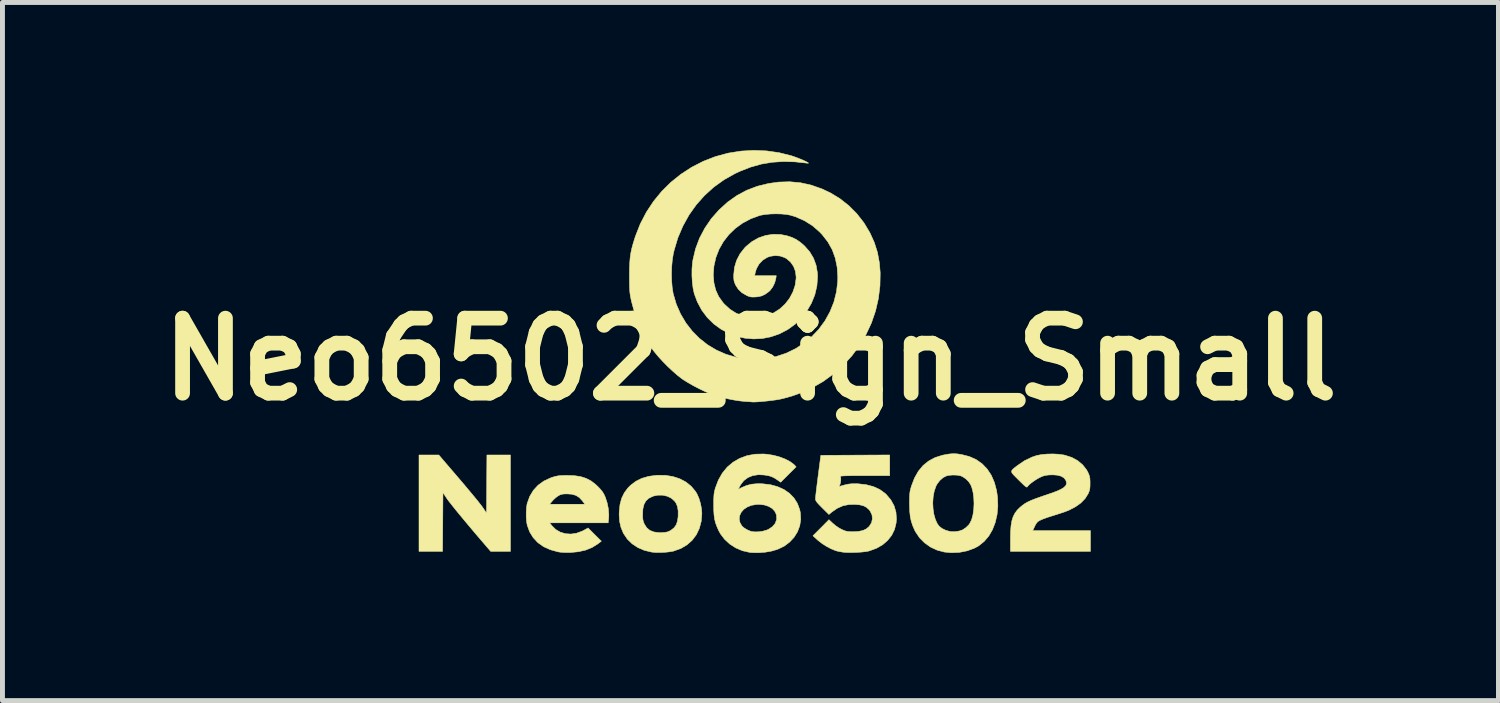
<source format=kicad_pcb>
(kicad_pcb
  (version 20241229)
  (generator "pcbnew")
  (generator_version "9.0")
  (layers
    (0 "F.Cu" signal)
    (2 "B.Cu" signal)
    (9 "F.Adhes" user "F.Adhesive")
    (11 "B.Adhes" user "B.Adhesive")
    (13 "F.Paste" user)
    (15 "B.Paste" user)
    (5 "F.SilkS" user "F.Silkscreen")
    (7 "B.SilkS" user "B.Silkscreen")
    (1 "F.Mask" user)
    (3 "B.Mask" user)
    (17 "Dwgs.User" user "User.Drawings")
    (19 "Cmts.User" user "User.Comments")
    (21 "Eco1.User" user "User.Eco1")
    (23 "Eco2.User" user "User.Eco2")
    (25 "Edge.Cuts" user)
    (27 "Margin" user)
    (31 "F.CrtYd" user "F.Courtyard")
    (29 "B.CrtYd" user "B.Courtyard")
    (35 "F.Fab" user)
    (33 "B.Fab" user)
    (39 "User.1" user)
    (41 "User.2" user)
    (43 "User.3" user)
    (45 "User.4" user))
  (footprint "Neo6502_Sign_Small"
    (layer "F.Cu")
    (at 12.199 4.25)
    (property "Reference" "Neo6502_Sign_Small" (at 0 0 0) (layer "F.SilkS") (effects (font (size 1.524 1.524) (thickness 0.3))))
    (attr through_hole)
    (fp_poly (pts (xy -5.928 2.418) (xy -5.838 2.523) (xy -5.752 2.626) (xy -5.671 2.723) (xy -5.598 2.811) (xy -5.535 2.888) (xy -5.486 2.951) (xy -5.452 2.995) (xy -5.443 3.008) (xy -5.363 3.125) (xy -5.359 2.535) (xy -5.355 1.945) (xy -4.877 1.945) (xy -4.877 3.904) (xy -5.278 3.904) (xy -5.343 3.828) (xy -5.465 3.686) (xy -5.583 3.548) (xy -5.695 3.415) (xy -5.8 3.29) (xy -5.895 3.175) (xy -5.98 3.072) (xy -6.051 2.983) (xy -6.109 2.91) (xy -6.15 2.856) (xy -6.167 2.832) (xy -6.248 2.71) (xy -6.252 3.307) (xy -6.256 3.904) (xy -6.735 3.904) (xy -6.735 1.945) (xy -6.333 1.945) (xy -5.928 2.418)) (stroke (width 0.01) (type solid)) (fill yes) (layer "F.SilkS"))
    (fp_poly (pts (xy -3.581 2.365) (xy -3.453 2.384) (xy -3.342 2.419) (xy -3.241 2.471) (xy -3.146 2.544) (xy -3.098 2.589) (xy -3.042 2.649) (xy -3.002 2.7) (xy -2.971 2.754) (xy -2.95 2.801) (xy -2.912 2.917) (xy -2.887 3.04) (xy -2.878 3.16) (xy -2.881 3.232) (xy -2.891 3.324) (xy -4.081 3.324) (xy -4.034 3.383) (xy -3.956 3.46) (xy -3.862 3.514) (xy -3.758 3.545) (xy -3.646 3.552) (xy -3.531 3.534) (xy -3.417 3.492) (xy -3.388 3.477) (xy -3.299 3.428) (xy -3.165 3.563) (xy -3.03 3.697) (xy -3.099 3.75) (xy -3.215 3.823) (xy -3.346 3.877) (xy -3.495 3.911) (xy -3.662 3.927) (xy -3.765 3.927) (xy -3.859 3.921) (xy -3.912 3.913) (xy -4.067 3.87) (xy -4.204 3.808) (xy -4.32 3.726) (xy -4.414 3.625) (xy -4.487 3.507) (xy -4.536 3.372) (xy -4.549 3.297) (xy -4.556 3.205) (xy -4.556 3.107) (xy -4.55 3.013) (xy -4.54 2.946) (xy -4.08 2.946) (xy -3.365 2.946) (xy -3.415 2.877) (xy -3.477 2.81) (xy -3.547 2.766) (xy -3.632 2.742) (xy -3.723 2.736) (xy -3.786 2.737) (xy -3.831 2.743) (xy -3.868 2.755) (xy -3.906 2.775) (xy -3.954 2.81) (xy -4.004 2.856) (xy -4.026 2.88) (xy -4.08 2.946) (xy -4.54 2.946) (xy -4.538 2.936) (xy -4.536 2.928) (xy -4.485 2.787) (xy -4.412 2.665) (xy -4.317 2.561) (xy -4.2 2.476) (xy -4.063 2.412) (xy -4.028 2.399) (xy -3.971 2.382) (xy -3.92 2.371) (xy -3.864 2.364) (xy -3.796 2.361) (xy -3.73 2.36) (xy -3.581 2.365)) (stroke (width 0.01) (type solid)) (fill yes) (layer "F.SilkS"))
    (fp_poly (pts (xy -1.725 2.359) (xy -1.573 2.384) (xy -1.433 2.43) (xy -1.309 2.496) (xy -1.203 2.582) (xy -1.117 2.685) (xy -1.085 2.738) (xy -1.046 2.827) (xy -1.015 2.93) (xy -0.995 3.037) (xy -0.987 3.134) (xy -1 3.292) (xy -1.038 3.436) (xy -1.099 3.565) (xy -1.183 3.677) (xy -1.288 3.77) (xy -1.412 3.844) (xy -1.556 3.896) (xy -1.56 3.898) (xy -1.637 3.912) (xy -1.732 3.922) (xy -1.833 3.927) (xy -1.93 3.926) (xy -2.01 3.918) (xy -2.156 3.883) (xy -2.289 3.826) (xy -2.405 3.749) (xy -2.502 3.654) (xy -2.577 3.543) (xy -2.587 3.524) (xy -2.633 3.41) (xy -2.659 3.293) (xy -2.668 3.163) (xy -2.667 3.142) (xy -2.191 3.142) (xy -2.19 3.214) (xy -2.184 3.266) (xy -2.172 3.31) (xy -2.157 3.347) (xy -2.109 3.422) (xy -2.046 3.476) (xy -1.964 3.509) (xy -1.862 3.523) (xy -1.804 3.523) (xy -1.739 3.518) (xy -1.693 3.51) (xy -1.654 3.496) (xy -1.616 3.475) (xy -1.553 3.426) (xy -1.51 3.367) (xy -1.483 3.291) (xy -1.469 3.195) (xy -1.469 3.183) (xy -1.469 3.078) (xy -1.483 2.994) (xy -1.511 2.925) (xy -1.541 2.882) (xy -1.608 2.823) (xy -1.691 2.783) (xy -1.785 2.762) (xy -1.882 2.762) (xy -1.978 2.782) (xy -2.066 2.825) (xy -2.066 2.825) (xy -2.123 2.877) (xy -2.162 2.947) (xy -2.185 3.037) (xy -2.191 3.142) (xy -2.667 3.142) (xy -2.666 3.092) (xy -2.65 2.947) (xy -2.616 2.822) (xy -2.562 2.712) (xy -2.487 2.612) (xy -2.431 2.557) (xy -2.326 2.478) (xy -2.206 2.419) (xy -2.068 2.379) (xy -1.909 2.358) (xy -1.887 2.357) (xy -1.725 2.359)) (stroke (width 0.01) (type solid)) (fill yes) (layer "F.SilkS"))
    (fp_poly (pts (xy 4.203 1.923) (xy 4.276 1.934) (xy 4.289 1.936) (xy 4.446 1.976) (xy 4.585 2.038) (xy 4.707 2.123) (xy 4.81 2.23) (xy 4.894 2.357) (xy 4.958 2.505) (xy 5.002 2.671) (xy 5.021 2.806) (xy 5.027 2.987) (xy 5.011 3.159) (xy 4.974 3.318) (xy 4.918 3.463) (xy 4.843 3.592) (xy 4.75 3.701) (xy 4.64 3.79) (xy 4.557 3.836) (xy 4.408 3.892) (xy 4.246 3.924) (xy 4.079 3.931) (xy 3.936 3.917) (xy 3.793 3.879) (xy 3.66 3.817) (xy 3.54 3.732) (xy 3.437 3.629) (xy 3.356 3.509) (xy 3.337 3.473) (xy 3.296 3.379) (xy 3.267 3.289) (xy 3.247 3.194) (xy 3.236 3.087) (xy 3.232 2.961) (xy 3.232 2.932) (xy 3.232 2.916) (xy 3.705 2.916) (xy 3.711 3.037) (xy 3.728 3.152) (xy 3.758 3.256) (xy 3.798 3.343) (xy 3.836 3.394) (xy 3.892 3.438) (xy 3.965 3.474) (xy 4.044 3.497) (xy 4.048 3.497) (xy 4.09 3.503) (xy 4.128 3.504) (xy 4.171 3.501) (xy 4.232 3.492) (xy 4.24 3.491) (xy 4.307 3.469) (xy 4.374 3.425) (xy 4.434 3.368) (xy 4.456 3.338) (xy 4.494 3.261) (xy 4.521 3.164) (xy 4.537 3.053) (xy 4.543 2.935) (xy 4.538 2.816) (xy 4.523 2.702) (xy 4.497 2.602) (xy 4.472 2.543) (xy 4.429 2.481) (xy 4.37 2.425) (xy 4.304 2.382) (xy 4.269 2.368) (xy 4.2 2.355) (xy 4.117 2.352) (xy 4.037 2.358) (xy 3.989 2.368) (xy 3.917 2.403) (xy 3.85 2.461) (xy 3.793 2.535) (xy 3.768 2.583) (xy 3.734 2.683) (xy 3.713 2.797) (xy 3.705 2.916) (xy 3.232 2.916) (xy 3.232 2.842) (xy 3.234 2.774) (xy 3.238 2.721) (xy 3.245 2.674) (xy 3.257 2.627) (xy 3.271 2.577) (xy 3.333 2.415) (xy 3.411 2.276) (xy 3.506 2.161) (xy 3.62 2.068) (xy 3.751 1.998) (xy 3.902 1.95) (xy 4.017 1.928) (xy 4.086 1.921) (xy 4.144 1.919) (xy 4.203 1.923)) (stroke (width 0.01) (type solid)) (fill yes) (layer "F.SilkS"))
    (fp_poly (pts (xy 6.262 1.93) (xy 6.368 1.945) (xy 6.394 1.951) (xy 6.532 1.996) (xy 6.652 2.062) (xy 6.752 2.147) (xy 6.831 2.248) (xy 6.855 2.292) (xy 6.877 2.341) (xy 6.891 2.382) (xy 6.898 2.426) (xy 6.901 2.484) (xy 6.901 2.517) (xy 6.9 2.586) (xy 6.895 2.637) (xy 6.884 2.68) (xy 6.865 2.726) (xy 6.862 2.733) (xy 6.801 2.83) (xy 6.714 2.92) (xy 6.603 2.999) (xy 6.47 3.068) (xy 6.379 3.103) (xy 6.331 3.119) (xy 6.264 3.141) (xy 6.187 3.165) (xy 6.108 3.19) (xy 6.102 3.192) (xy 6.028 3.216) (xy 5.959 3.241) (xy 5.903 3.264) (xy 5.867 3.282) (xy 5.863 3.284) (xy 5.835 3.305) (xy 5.813 3.329) (xy 5.792 3.363) (xy 5.767 3.414) (xy 5.757 3.436) (xy 5.735 3.483) (xy 6.909 3.483) (xy 6.909 3.904) (xy 5.283 3.904) (xy 5.283 3.646) (xy 5.286 3.502) (xy 5.295 3.383) (xy 5.312 3.283) (xy 5.338 3.2) (xy 5.374 3.129) (xy 5.421 3.065) (xy 5.476 3.011) (xy 5.525 2.97) (xy 5.575 2.934) (xy 5.632 2.901) (xy 5.701 2.869) (xy 5.784 2.836) (xy 5.888 2.799) (xy 5.992 2.763) (xy 6.122 2.719) (xy 6.226 2.68) (xy 6.306 2.644) (xy 6.363 2.61) (xy 6.4 2.576) (xy 6.419 2.542) (xy 6.422 2.505) (xy 6.41 2.464) (xy 6.41 2.462) (xy 6.373 2.412) (xy 6.313 2.376) (xy 6.231 2.355) (xy 6.149 2.349) (xy 6.064 2.351) (xy 5.999 2.359) (xy 5.94 2.375) (xy 5.879 2.402) (xy 5.872 2.406) (xy 5.815 2.438) (xy 5.756 2.477) (xy 5.701 2.517) (xy 5.657 2.555) (xy 5.631 2.585) (xy 5.629 2.588) (xy 5.622 2.597) (xy 5.611 2.598) (xy 5.594 2.588) (xy 5.566 2.566) (xy 5.526 2.528) (xy 5.47 2.473) (xy 5.449 2.452) (xy 5.385 2.388) (xy 5.34 2.342) (xy 5.313 2.307) (xy 5.305 2.28) (xy 5.314 2.255) (xy 5.339 2.228) (xy 5.382 2.193) (xy 5.421 2.163) (xy 5.568 2.062) (xy 5.723 1.988) (xy 5.813 1.957) (xy 5.909 1.938) (xy 6.022 1.927) (xy 6.144 1.924) (xy 6.262 1.93)) (stroke (width 0.01) (type solid)) (fill yes) (layer "F.SilkS"))
    (fp_poly (pts (xy 2.83 2.366) (xy 2.321 2.366) (xy 2.183 2.366) (xy 2.073 2.366) (xy 1.986 2.367) (xy 1.921 2.369) (xy 1.875 2.371) (xy 1.845 2.374) (xy 1.83 2.378) (xy 1.826 2.383) (xy 1.827 2.385) (xy 1.835 2.412) (xy 1.836 2.455) (xy 1.83 2.504) (xy 1.819 2.546) (xy 1.809 2.568) (xy 1.801 2.582) (xy 1.815 2.581) (xy 1.829 2.578) (xy 1.922 2.552) (xy 2 2.536) (xy 2.073 2.529) (xy 2.155 2.529) (xy 2.184 2.53) (xy 2.352 2.549) (xy 2.5 2.588) (xy 2.628 2.647) (xy 2.738 2.727) (xy 2.761 2.749) (xy 2.853 2.858) (xy 2.919 2.978) (xy 2.957 3.107) (xy 2.967 3.245) (xy 2.96 3.329) (xy 2.928 3.459) (xy 2.87 3.577) (xy 2.788 3.681) (xy 2.685 3.77) (xy 2.561 3.841) (xy 2.418 3.893) (xy 2.402 3.898) (xy 2.341 3.909) (xy 2.259 3.918) (xy 2.165 3.924) (xy 2.069 3.927) (xy 1.977 3.927) (xy 1.899 3.922) (xy 1.866 3.918) (xy 1.808 3.908) (xy 1.754 3.896) (xy 1.728 3.888) (xy 1.644 3.854) (xy 1.552 3.806) (xy 1.46 3.748) (xy 1.381 3.687) (xy 1.364 3.673) (xy 1.27 3.587) (xy 1.433 3.424) (xy 1.595 3.26) (xy 1.676 3.336) (xy 1.735 3.385) (xy 1.805 3.432) (xy 1.854 3.458) (xy 1.906 3.481) (xy 1.951 3.495) (xy 1.998 3.502) (xy 2.06 3.504) (xy 2.083 3.505) (xy 2.193 3.499) (xy 2.281 3.481) (xy 2.352 3.449) (xy 2.408 3.402) (xy 2.416 3.393) (xy 2.461 3.321) (xy 2.478 3.243) (xy 2.47 3.163) (xy 2.434 3.088) (xy 2.404 3.05) (xy 2.354 3.007) (xy 2.297 2.978) (xy 2.224 2.959) (xy 2.141 2.951) (xy 2.003 2.952) (xy 1.879 2.977) (xy 1.764 3.028) (xy 1.657 3.102) (xy 1.594 3.154) (xy 1.457 3.018) (xy 1.401 2.961) (xy 1.363 2.92) (xy 1.339 2.889) (xy 1.326 2.865) (xy 1.322 2.843) (xy 1.321 2.831) (xy 1.323 2.803) (xy 1.329 2.751) (xy 1.337 2.679) (xy 1.348 2.59) (xy 1.36 2.49) (xy 1.374 2.382) (xy 1.376 2.366) (xy 1.43 1.952) (xy 2.83 1.945) (xy 2.83 2.366)) (stroke (width 0.01) (type solid)) (fill yes) (layer "F.SilkS"))
    (fp_poly (pts (xy 0.343 1.931) (xy 0.471 1.952) (xy 0.595 1.986) (xy 0.708 2.029) (xy 0.805 2.08) (xy 0.881 2.136) (xy 0.896 2.151) (xy 0.928 2.186) (xy 0.771 2.342) (xy 0.614 2.499) (xy 0.543 2.449) (xy 0.482 2.41) (xy 0.427 2.384) (xy 0.366 2.366) (xy 0.287 2.353) (xy 0.286 2.352) (xy 0.16 2.346) (xy 0.046 2.364) (xy -0.053 2.405) (xy -0.136 2.467) (xy -0.2 2.551) (xy -0.212 2.572) (xy -0.248 2.643) (xy -0.177 2.607) (xy -0.079 2.565) (xy 0.022 2.539) (xy 0.134 2.529) (xy 0.239 2.53) (xy 0.402 2.548) (xy 0.55 2.588) (xy 0.681 2.647) (xy 0.793 2.725) (xy 0.885 2.82) (xy 0.955 2.931) (xy 1.001 3.056) (xy 1.015 3.121) (xy 1.022 3.254) (xy 1.002 3.384) (xy 0.956 3.506) (xy 0.887 3.617) (xy 0.796 3.715) (xy 0.686 3.798) (xy 0.557 3.86) (xy 0.555 3.861) (xy 0.438 3.896) (xy 0.305 3.92) (xy 0.166 3.931) (xy 0.033 3.929) (xy -0.022 3.923) (xy -0.163 3.891) (xy -0.297 3.834) (xy -0.419 3.756) (xy -0.524 3.66) (xy -0.609 3.548) (xy -0.646 3.481) (xy -0.683 3.396) (xy -0.711 3.32) (xy -0.728 3.248) (xy -0.228 3.248) (xy -0.212 3.321) (xy -0.173 3.388) (xy -0.133 3.424) (xy -0.075 3.461) (xy -0.009 3.49) (xy 0.022 3.5) (xy 0.089 3.508) (xy 0.17 3.506) (xy 0.255 3.493) (xy 0.331 3.471) (xy 0.362 3.458) (xy 0.445 3.404) (xy 0.501 3.339) (xy 0.53 3.263) (xy 0.533 3.24) (xy 0.528 3.161) (xy 0.497 3.092) (xy 0.444 3.034) (xy 0.371 2.99) (xy 0.283 2.961) (xy 0.18 2.949) (xy 0.121 2.951) (xy 0.02 2.968) (xy -0.066 3.003) (xy -0.137 3.051) (xy -0.188 3.11) (xy -0.219 3.177) (xy -0.228 3.248) (xy -0.728 3.248) (xy -0.729 3.244) (xy -0.74 3.161) (xy -0.746 3.063) (xy -0.747 2.961) (xy -0.747 2.868) (xy -0.744 2.797) (xy -0.74 2.74) (xy -0.732 2.691) (xy -0.72 2.642) (xy -0.714 2.62) (xy -0.653 2.458) (xy -0.572 2.315) (xy -0.472 2.192) (xy -0.353 2.092) (xy -0.219 2.014) (xy -0.07 1.959) (xy 0.092 1.929) (xy 0.266 1.925) (xy 0.343 1.931)) (stroke (width 0.01) (type solid)) (fill yes) (layer "F.SilkS"))
    (fp_poly (pts (xy 0.327 -4.234) (xy 0.58 -4.198) (xy 0.823 -4.138) (xy 0.878 -4.12) (xy 0.943 -4.096) (xy 1.007 -4.071) (xy 1.067 -4.046) (xy 1.118 -4.023) (xy 1.156 -4.003) (xy 1.177 -3.989) (xy 1.178 -3.983) (xy 1.167 -3.983) (xy 0.91 -4.011) (xy 0.67 -4.018) (xy 0.442 -4.003) (xy 0.222 -3.966) (xy 0.007 -3.906) (xy -0.208 -3.822) (xy -0.312 -3.774) (xy -0.538 -3.647) (xy -0.745 -3.498) (xy -0.933 -3.328) (xy -1.101 -3.139) (xy -1.248 -2.932) (xy -1.372 -2.708) (xy -1.474 -2.47) (xy -1.55 -2.217) (xy -1.569 -2.134) (xy -1.588 -2.015) (xy -1.6 -1.88) (xy -1.604 -1.736) (xy -1.601 -1.593) (xy -1.59 -1.46) (xy -1.572 -1.345) (xy -1.569 -1.331) (xy -1.507 -1.119) (xy -1.42 -0.921) (xy -1.311 -0.737) (xy -1.182 -0.571) (xy -1.035 -0.423) (xy -0.871 -0.294) (xy -0.692 -0.187) (xy -0.5 -0.102) (xy -0.297 -0.042) (xy -0.085 -0.008) (xy 0.08 0) (xy 0.305 -0.014) (xy 0.521 -0.055) (xy 0.727 -0.123) (xy 0.922 -0.218) (xy 1.105 -0.34) (xy 1.237 -0.45) (xy 1.387 -0.607) (xy 1.514 -0.78) (xy 1.617 -0.967) (xy 1.696 -1.164) (xy 1.748 -1.37) (xy 1.773 -1.58) (xy 1.775 -1.669) (xy 1.762 -1.869) (xy 1.724 -2.055) (xy 1.662 -2.226) (xy 1.573 -2.384) (xy 1.459 -2.531) (xy 1.402 -2.591) (xy 1.256 -2.717) (xy 1.095 -2.817) (xy 0.918 -2.895) (xy 0.813 -2.927) (xy 0.731 -2.943) (xy 0.63 -2.952) (xy 0.519 -2.955) (xy 0.406 -2.952) (xy 0.3 -2.942) (xy 0.21 -2.927) (xy 0.187 -2.921) (xy 0.006 -2.855) (xy -0.159 -2.767) (xy -0.308 -2.659) (xy -0.438 -2.533) (xy -0.549 -2.391) (xy -0.637 -2.236) (xy -0.702 -2.069) (xy -0.742 -1.893) (xy -0.755 -1.717) (xy -0.742 -1.554) (xy -0.706 -1.407) (xy -0.645 -1.273) (xy -0.558 -1.152) (xy -0.53 -1.12) (xy -0.415 -1.015) (xy -0.292 -0.937) (xy -0.158 -0.885) (xy -0.012 -0.858) (xy 0.087 -0.854) (xy 0.178 -0.856) (xy 0.251 -0.864) (xy 0.315 -0.878) (xy 0.334 -0.884) (xy 0.471 -0.942) (xy 0.596 -1.022) (xy 0.704 -1.122) (xy 0.794 -1.237) (xy 0.862 -1.365) (xy 0.908 -1.501) (xy 0.928 -1.644) (xy 0.928 -1.676) (xy 0.914 -1.787) (xy 0.876 -1.888) (xy 0.815 -1.975) (xy 0.735 -2.044) (xy 0.694 -2.067) (xy 0.602 -2.098) (xy 0.501 -2.106) (xy 0.401 -2.092) (xy 0.34 -2.07) (xy 0.248 -2.012) (xy 0.174 -1.933) (xy 0.121 -1.838) (xy 0.096 -1.753) (xy 0.086 -1.698) (xy 0.305 -1.698) (xy 0.525 -1.698) (xy 0.515 -1.636) (xy 0.492 -1.55) (xy 0.451 -1.467) (xy 0.399 -1.398) (xy 0.373 -1.374) (xy 0.301 -1.322) (xy 0.234 -1.289) (xy 0.161 -1.271) (xy 0.107 -1.266) (xy 0.045 -1.264) (xy -0.001 -1.268) (xy -0.045 -1.282) (xy -0.075 -1.295) (xy -0.173 -1.352) (xy -0.247 -1.423) (xy -0.301 -1.507) (xy -0.321 -1.554) (xy -0.334 -1.596) (xy -0.339 -1.644) (xy -0.34 -1.709) (xy -0.34 -1.713) (xy -0.325 -1.864) (xy -0.282 -2.008) (xy -0.213 -2.141) (xy -0.116 -2.265) (xy -0.088 -2.293) (xy 0.032 -2.392) (xy 0.166 -2.467) (xy 0.309 -2.516) (xy 0.459 -2.539) (xy 0.612 -2.535) (xy 0.74 -2.51) (xy 0.844 -2.476) (xy 0.932 -2.433) (xy 1.016 -2.375) (xy 1.098 -2.304) (xy 1.202 -2.186) (xy 1.281 -2.055) (xy 1.334 -1.91) (xy 1.361 -1.754) (xy 1.364 -1.672) (xy 1.35 -1.488) (xy 1.308 -1.309) (xy 1.238 -1.137) (xy 1.142 -0.973) (xy 1.043 -0.845) (xy 0.909 -0.713) (xy 0.756 -0.603) (xy 0.587 -0.515) (xy 0.412 -0.455) (xy 0.242 -0.422) (xy 0.065 -0.413) (xy -0.11 -0.428) (xy -0.235 -0.454) (xy -0.422 -0.519) (xy -0.592 -0.607) (xy -0.744 -0.717) (xy -0.877 -0.848) (xy -0.989 -0.997) (xy -1.079 -1.165) (xy -1.141 -1.331) (xy -1.165 -1.438) (xy -1.181 -1.563) (xy -1.189 -1.699) (xy -1.188 -1.835) (xy -1.177 -1.964) (xy -1.169 -2.017) (xy -1.116 -2.243) (xy -1.035 -2.459) (xy -0.927 -2.664) (xy -0.795 -2.857) (xy -0.639 -3.034) (xy -0.463 -3.194) (xy -0.275 -3.327) (xy -0.075 -3.434) (xy 0.138 -3.515) (xy 0.365 -3.571) (xy 0.571 -3.6) (xy 0.796 -3.607) (xy 1.016 -3.587) (xy 1.234 -3.539) (xy 1.45 -3.463) (xy 1.625 -3.381) (xy 1.819 -3.263) (xy 1.998 -3.122) (xy 2.159 -2.961) (xy 2.299 -2.782) (xy 2.313 -2.762) (xy 2.429 -2.568) (xy 2.517 -2.373) (xy 2.581 -2.172) (xy 2.62 -1.96) (xy 2.637 -1.756) (xy 2.632 -1.493) (xy 2.6 -1.234) (xy 2.542 -0.981) (xy 2.458 -0.737) (xy 2.349 -0.503) (xy 2.217 -0.281) (xy 2.064 -0.073) (xy 1.889 0.119) (xy 1.694 0.294) (xy 1.481 0.449) (xy 1.251 0.582) (xy 1.202 0.606) (xy 1.031 0.681) (xy 0.849 0.746) (xy 0.669 0.796) (xy 0.6 0.812) (xy 0.538 0.823) (xy 0.459 0.834) (xy 0.372 0.845) (xy 0.283 0.854) (xy 0.198 0.862) (xy 0.125 0.867) (xy 0.071 0.869) (xy 0.052 0.869) (xy 0.025 0.867) (xy -0.023 0.863) (xy -0.084 0.859) (xy -0.131 0.856) (xy -0.245 0.843) (xy -0.377 0.821) (xy -0.514 0.792) (xy -0.647 0.758) (xy -0.738 0.731) (xy -0.825 0.699) (xy -0.929 0.653) (xy -1.041 0.599) (xy -1.155 0.54) (xy -1.262 0.479) (xy -1.355 0.422) (xy -1.393 0.396) (xy -1.482 0.327) (xy -1.58 0.241) (xy -1.683 0.145) (xy -1.783 0.043) (xy -1.876 -0.059) (xy -1.954 -0.153) (xy -1.992 -0.203) (xy -2.133 -0.427) (xy -2.252 -0.667) (xy -2.348 -0.92) (xy -2.418 -1.179) (xy -2.42 -1.189) (xy -2.433 -1.252) (xy -2.443 -1.307) (xy -2.45 -1.359) (xy -2.454 -1.415) (xy -2.457 -1.481) (xy -2.458 -1.562) (xy -2.459 -1.665) (xy -2.459 -1.698) (xy -2.458 -1.838) (xy -2.453 -1.957) (xy -2.445 -2.06) (xy -2.431 -2.156) (xy -2.411 -2.252) (xy -2.383 -2.354) (xy -2.347 -2.47) (xy -2.336 -2.503) (xy -2.238 -2.752) (xy -2.115 -2.988) (xy -1.97 -3.208) (xy -1.804 -3.411) (xy -1.618 -3.595) (xy -1.414 -3.759) (xy -1.194 -3.902) (xy -0.96 -4.022) (xy -0.713 -4.118) (xy -0.455 -4.188) (xy -0.45 -4.189) (xy -0.192 -4.23) (xy 0.068 -4.245) (xy 0.327 -4.234)) (stroke (width 0.01) (type solid)) (fill yes) (layer "F.SilkS")))
  (gr_rect
    (start -3 -3)
    (end 27.399 11.186)
    (stroke (width 0.1) (type default))
    (fill no)
    (layer "Edge.Cuts")))
</source>
